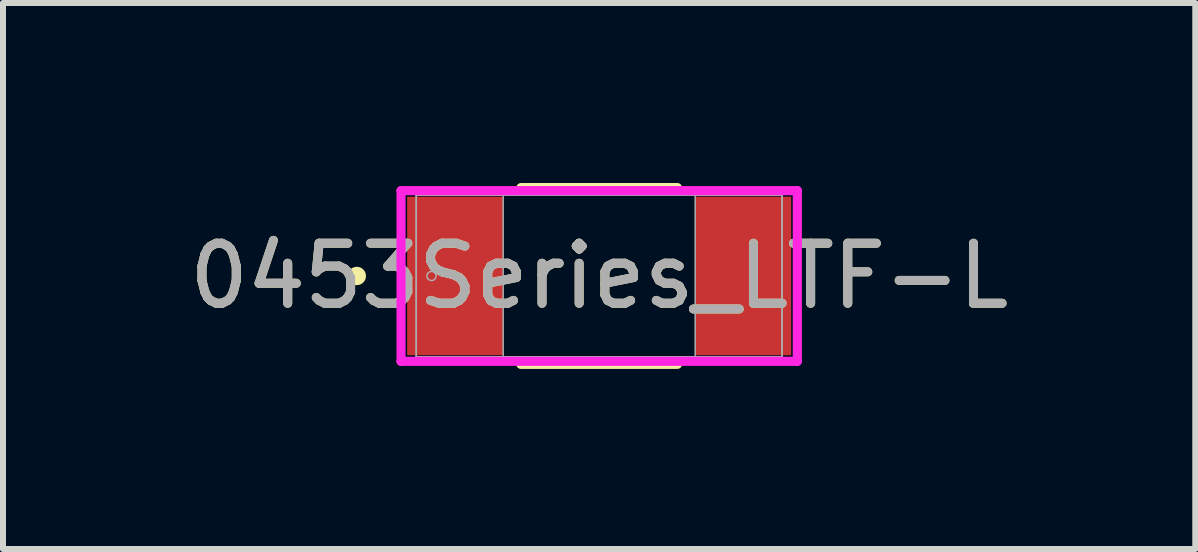
<source format=kicad_pcb>
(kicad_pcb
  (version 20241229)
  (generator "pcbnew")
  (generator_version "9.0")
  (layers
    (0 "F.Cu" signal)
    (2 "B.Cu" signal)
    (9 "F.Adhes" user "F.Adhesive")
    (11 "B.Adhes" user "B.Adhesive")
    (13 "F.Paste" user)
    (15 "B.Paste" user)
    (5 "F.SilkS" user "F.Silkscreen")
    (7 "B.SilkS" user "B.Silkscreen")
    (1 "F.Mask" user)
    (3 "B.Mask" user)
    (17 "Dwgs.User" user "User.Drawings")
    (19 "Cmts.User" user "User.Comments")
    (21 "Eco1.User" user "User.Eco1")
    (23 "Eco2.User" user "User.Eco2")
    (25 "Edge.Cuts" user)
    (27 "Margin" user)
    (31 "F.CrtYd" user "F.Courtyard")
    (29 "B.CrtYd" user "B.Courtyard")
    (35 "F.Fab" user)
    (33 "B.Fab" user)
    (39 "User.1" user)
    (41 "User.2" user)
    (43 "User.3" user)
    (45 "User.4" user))
  (footprint "0453Series_LTF-L"
    (layer "F.Cu")
    (at 6.935 1.549)
    (property "Reference" "0453Series_LTF-L" (at 0 0 0) (unlocked yes) (layer "F.SilkS") (effects (font (size 1 1) (thickness 0.15))))
    (attr smd)
    (fp_line (start -1.304 1.473) (end 1.304 1.473) (stroke (width 0.152) (type solid)) (layer "F.SilkS"))
    (fp_line (start 1.304 -1.473) (end -1.304 -1.473) (stroke (width 0.152) (type solid)) (layer "F.SilkS"))
    (fp_circle (center -4.039 0) (end -3.962 0) (stroke (width 0.152) (type solid)) (fill no) (layer "F.SilkS"))
    (fp_line (start -3.302 -1.422) (end 3.302 -1.422) (stroke (width 0.152) (type solid)) (layer "F.CrtYd"))
    (fp_line (start -3.302 1.422) (end -3.302 -1.422) (stroke (width 0.152) (type solid)) (layer "F.CrtYd"))
    (fp_line (start 3.302 -1.422) (end 3.302 1.422) (stroke (width 0.152) (type solid)) (layer "F.CrtYd"))
    (fp_line (start 3.302 1.422) (end -3.302 1.422) (stroke (width 0.152) (type solid)) (layer "F.CrtYd"))
    (fp_line (start -3.048 -1.346) (end -3.048 1.346) (stroke (width 0.025) (type solid)) (layer "F.Fab"))
    (fp_line (start -3.048 -1.346) (end -3.048 1.346) (stroke (width 0.025) (type solid)) (layer "F.Fab"))
    (fp_line (start -3.048 1.346) (end -1.6 1.346) (stroke (width 0.025) (type solid)) (layer "F.Fab"))
    (fp_line (start -3.048 1.346) (end 3.048 1.346) (stroke (width 0.025) (type solid)) (layer "F.Fab"))
    (fp_line (start -1.6 -1.346) (end -3.048 -1.346) (stroke (width 0.025) (type solid)) (layer "F.Fab"))
    (fp_line (start -1.6 1.346) (end -1.6 -1.346) (stroke (width 0.025) (type solid)) (layer "F.Fab"))
    (fp_line (start 1.6 -1.346) (end 1.6 1.346) (stroke (width 0.025) (type solid)) (layer "F.Fab"))
    (fp_line (start 1.6 1.346) (end 3.048 1.346) (stroke (width 0.025) (type solid)) (layer "F.Fab"))
    (fp_line (start 3.048 -1.346) (end -3.048 -1.346) (stroke (width 0.025) (type solid)) (layer "F.Fab"))
    (fp_line (start 3.048 -1.346) (end 1.6 -1.346) (stroke (width 0.025) (type solid)) (layer "F.Fab"))
    (fp_line (start 3.048 1.346) (end 3.048 -1.346) (stroke (width 0.025) (type solid)) (layer "F.Fab"))
    (fp_line (start 3.048 1.346) (end 3.048 -1.346) (stroke (width 0.025) (type solid)) (layer "F.Fab"))
    (fp_circle (center -2.794 0) (end -2.718 0) (stroke (width 0.025) (type solid)) (fill no) (layer "F.Fab"))
    (fp_text user "${REFERENCE}" (at 0 0 0) (unlocked yes) (layer "F.Fab") (effects (font (size 1 1) (thickness 0.15))))
    (pad "1" smd rect (at -2.4 0) (size 1.6 2.642) (layers "F.Cu" "F.Mask" "F.Paste"))
    (pad "2" smd rect (at 2.4 0) (size 1.6 2.642) (layers "F.Cu" "F.Mask" "F.Paste"))
    (zone (net_name "") (layer "F.Cu") (hatch full 0.508) (connect_pads) (min_thickness 0.254) (filled_areas_thickness no) (keepout (tracks not_allowed) (vias not_allowed) (pads allowed) (copperpour not_allowed) (footprints allowed)) (placement (enabled no)) (fill) (polygon (pts (xy 5.385 0.254) (xy 8.484 0.254) (xy 8.484 2.845) (xy 5.385 2.845)))))
  (gr_rect
    (start -3 -3)
    (end 16.869 6.099)
    (stroke (width 0.1) (type default))
    (fill no)
    (layer "Edge.Cuts")))
</source>
